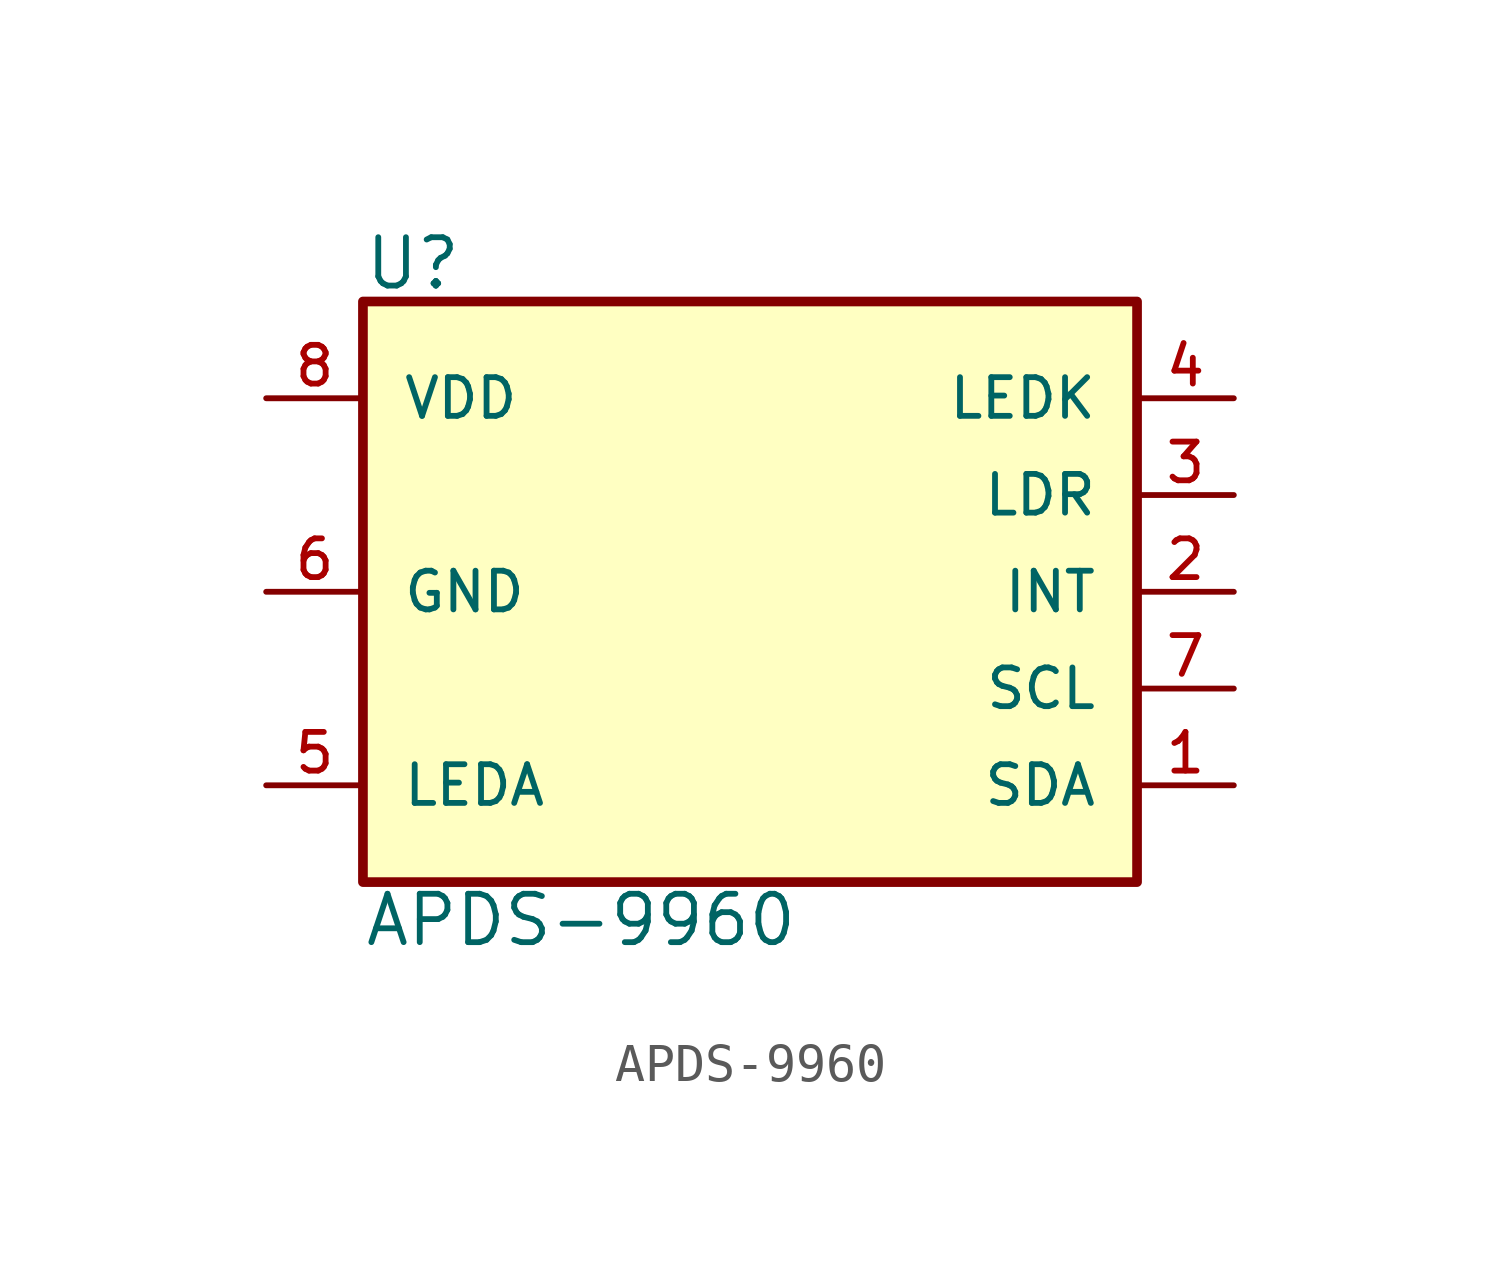
<source format=kicad_sym>
(kicad_symbol_lib
  (version 20211014)
  (generator kicad_symbol_editor)
  (symbol "APDS-9960"
    (pin_names
      (offset 1.016))
    (property "Reference" "U"
      (at -10.16 7.874 0)
      (effects (font (size 1.27 1.27)) (justify bottom left)))
    (property "Value" "APDS-9960"
      (at -10.16 -7.874 0)
      (effects (font (size 1.27 1.27)) (justify top left)))
    (symbol "APDS-9960_0_0"
      (rectangle (start -10.16 -7.62) (end 10.16 7.62) (stroke (width 0.254)) (fill (type background)))
      (pin bidirectional line (at 12.7 5.08 180.0) (length 2.54) (name "LEDK" (effects (font (size 1.016 1.016)))) (number "4" (effects (font (size 1.016 1.016)))))
      (pin bidirectional line (at -12.7 5.08 0) (length 2.54) (name "VDD" (effects (font (size 1.016 1.016)))) (number "8" (effects (font (size 1.016 1.016)))))
      (pin bidirectional line (at -12.7 0.0 0) (length 2.54) (name "GND" (effects (font (size 1.016 1.016)))) (number "6" (effects (font (size 1.016 1.016)))))
      (pin bidirectional line (at -12.7 -5.08 0) (length 2.54) (name "LEDA" (effects (font (size 1.016 1.016)))) (number "5" (effects (font (size 1.016 1.016)))))
      (pin bidirectional line (at 12.7 2.54 180.0) (length 2.54) (name "LDR" (effects (font (size 1.016 1.016)))) (number "3" (effects (font (size 1.016 1.016)))))
      (pin bidirectional line (at 12.7 0.0 180.0) (length 2.54) (name "INT" (effects (font (size 1.016 1.016)))) (number "2" (effects (font (size 1.016 1.016)))))
      (pin bidirectional line (at 12.7 -2.54 180.0) (length 2.54) (name "SCL" (effects (font (size 1.016 1.016)))) (number "7" (effects (font (size 1.016 1.016)))))
      (pin bidirectional line (at 12.7 -5.08 180.0) (length 2.54) (name "SDA" (effects (font (size 1.016 1.016)))) (number "1" (effects (font (size 1.016 1.016))))))))
</source>
